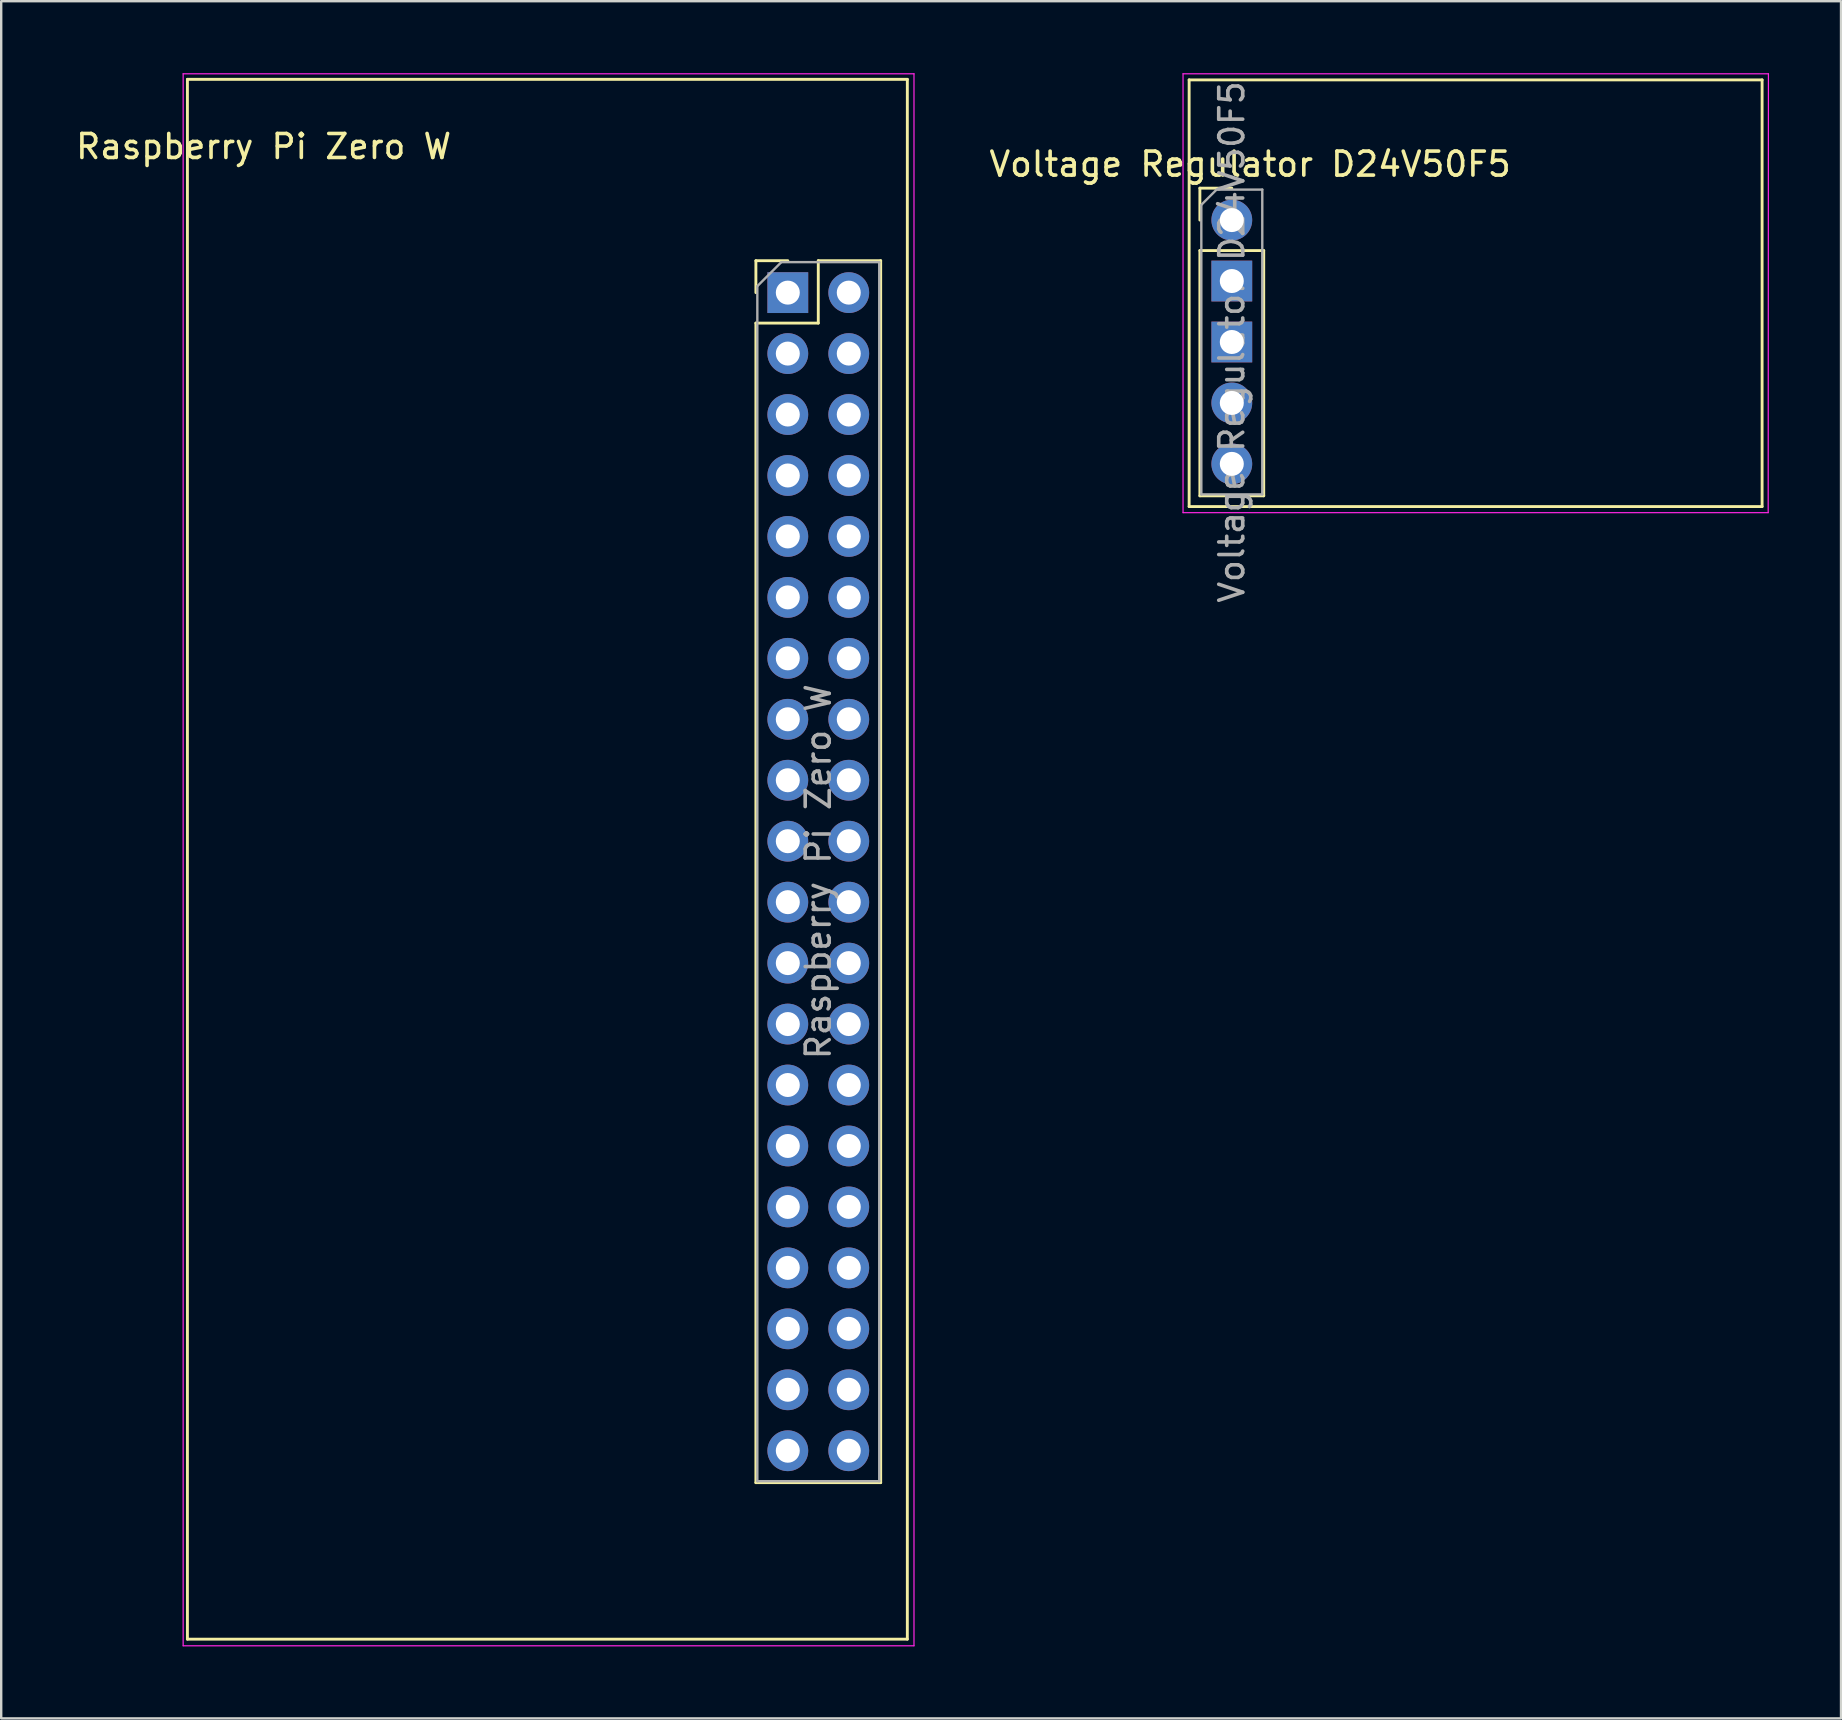
<source format=kicad_pcb>
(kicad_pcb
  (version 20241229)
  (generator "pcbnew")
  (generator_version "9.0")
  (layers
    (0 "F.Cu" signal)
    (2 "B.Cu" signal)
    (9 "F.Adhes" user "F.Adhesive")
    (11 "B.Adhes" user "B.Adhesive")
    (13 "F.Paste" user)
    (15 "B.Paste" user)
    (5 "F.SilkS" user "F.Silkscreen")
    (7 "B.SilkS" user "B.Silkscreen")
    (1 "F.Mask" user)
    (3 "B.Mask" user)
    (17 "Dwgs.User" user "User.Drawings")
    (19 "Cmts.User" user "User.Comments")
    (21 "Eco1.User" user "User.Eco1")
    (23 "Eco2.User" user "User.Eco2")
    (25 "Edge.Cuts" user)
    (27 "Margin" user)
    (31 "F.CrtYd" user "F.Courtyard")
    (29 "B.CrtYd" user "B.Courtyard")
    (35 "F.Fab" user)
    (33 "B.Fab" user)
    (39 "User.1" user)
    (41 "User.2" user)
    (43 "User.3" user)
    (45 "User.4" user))
  (footprint "Raspberry Pi Zero W"
    (layer "F.Cu")
    (at 7.935 3.556)
    (property "Reference" "Raspberry Pi Zero W" (at 0 -0.5 0) (unlocked yes) (layer "F.SilkS") (effects (font (size 1 1) (thickness 0.15))))
    (attr smd)
    (fp_line (start -3.175 -3.3) (end 26.825 -3.3) (stroke (width 0.12) (type solid)) (layer "F.SilkS"))
    (fp_line (start -3.175 61.7) (end -3.175 -3.3) (stroke (width 0.12) (type solid)) (layer "F.SilkS"))
    (fp_line (start -3.175 61.7) (end 26.825 61.7) (stroke (width 0.12) (type solid)) (layer "F.SilkS"))
    (fp_line (start 20.514 4.258) (end 20.514 5.588) (stroke (width 0.12) (type solid)) (layer "F.SilkS"))
    (fp_line (start 20.514 6.858) (end 20.514 55.178) (stroke (width 0.12) (type solid)) (layer "F.SilkS"))
    (fp_line (start 21.844 4.258) (end 20.514 4.258) (stroke (width 0.12) (type solid)) (layer "F.SilkS"))
    (fp_line (start 23.114 4.258) (end 23.114 6.858) (stroke (width 0.12) (type solid)) (layer "F.SilkS"))
    (fp_line (start 23.114 6.858) (end 20.514 6.858) (stroke (width 0.12) (type solid)) (layer "F.SilkS"))
    (fp_line (start 25.714 4.258) (end 23.114 4.258) (stroke (width 0.12) (type solid)) (layer "F.SilkS"))
    (fp_line (start 25.714 4.258) (end 25.714 55.178) (stroke (width 0.12) (type solid)) (layer "F.SilkS"))
    (fp_line (start 25.714 55.178) (end 20.514 55.178) (stroke (width 0.12) (type solid)) (layer "F.SilkS"))
    (fp_line (start 26.825 61.7) (end 26.825 -3.3) (stroke (width 0.12) (type solid)) (layer "F.SilkS"))
    (fp_line (start -3.353 -3.531) (end 27.102 -3.531) (stroke (width 0.05) (type solid)) (layer "F.CrtYd"))
    (fp_line (start -3.353 61.976) (end -3.353 -3.531) (stroke (width 0.05) (type solid)) (layer "F.CrtYd"))
    (fp_line (start 27.102 61.976) (end -3.353 61.976) (stroke (width 0.05) (type solid)) (layer "F.CrtYd"))
    (fp_line (start 27.102 61.976) (end 27.102 -3.531) (stroke (width 0.05) (type solid)) (layer "F.CrtYd"))
    (fp_line (start 20.574 5.318) (end 20.574 55.118) (stroke (width 0.1) (type solid)) (layer "F.Fab"))
    (fp_line (start 20.574 55.118) (end 25.654 55.118) (stroke (width 0.1) (type solid)) (layer "F.Fab"))
    (fp_line (start 21.574 4.318) (end 20.574 5.318) (stroke (width 0.1) (type solid)) (layer "F.Fab"))
    (fp_line (start 25.654 4.318) (end 21.574 4.318) (stroke (width 0.1) (type solid)) (layer "F.Fab"))
    (fp_line (start 25.654 55.118) (end 25.654 4.318) (stroke (width 0.1) (type solid)) (layer "F.Fab"))
    (fp_text user "${REFERENCE}" (at 23.114 29.718 90) (layer "F.Fab") (effects (font (size 1 1) (thickness 0.15))))
    (pad "1" thru_hole rect (at 21.844 5.588) (size 1.7 1.7) (drill 1) (layers "*.Cu" "*.Mask"))
    (pad "2" thru_hole oval (at 24.384 5.588) (size 1.7 1.7) (drill 1) (layers "*.Cu" "*.Mask"))
    (pad "3" thru_hole oval (at 21.844 8.128) (size 1.7 1.7) (drill 1) (layers "*.Cu" "*.Mask"))
    (pad "4" thru_hole oval (at 24.384 8.128) (size 1.7 1.7) (drill 1) (layers "*.Cu" "*.Mask"))
    (pad "5" thru_hole oval (at 21.844 10.668) (size 1.7 1.7) (drill 1) (layers "*.Cu" "*.Mask"))
    (pad "6" thru_hole oval (at 24.384 10.668) (size 1.7 1.7) (drill 1) (layers "*.Cu" "*.Mask"))
    (pad "7" thru_hole oval (at 21.844 13.208) (size 1.7 1.7) (drill 1) (layers "*.Cu" "*.Mask"))
    (pad "8" thru_hole oval (at 24.384 13.208) (size 1.7 1.7) (drill 1) (layers "*.Cu" "*.Mask"))
    (pad "9" thru_hole oval (at 21.844 15.748) (size 1.7 1.7) (drill 1) (layers "*.Cu" "*.Mask"))
    (pad "10" thru_hole oval (at 24.384 15.748) (size 1.7 1.7) (drill 1) (layers "*.Cu" "*.Mask"))
    (pad "11" thru_hole oval (at 21.844 18.288) (size 1.7 1.7) (drill 1) (layers "*.Cu" "*.Mask"))
    (pad "12" thru_hole oval (at 24.384 18.288) (size 1.7 1.7) (drill 1) (layers "*.Cu" "*.Mask"))
    (pad "13" thru_hole oval (at 21.844 20.828) (size 1.7 1.7) (drill 1) (layers "*.Cu" "*.Mask"))
    (pad "14" thru_hole oval (at 24.384 20.828) (size 1.7 1.7) (drill 1) (layers "*.Cu" "*.Mask"))
    (pad "15" thru_hole oval (at 21.844 23.368) (size 1.7 1.7) (drill 1) (layers "*.Cu" "*.Mask"))
    (pad "16" thru_hole oval (at 24.384 23.368) (size 1.7 1.7) (drill 1) (layers "*.Cu" "*.Mask"))
    (pad "17" thru_hole oval (at 21.844 25.908) (size 1.7 1.7) (drill 1) (layers "*.Cu" "*.Mask"))
    (pad "18" thru_hole oval (at 24.384 25.908) (size 1.7 1.7) (drill 1) (layers "*.Cu" "*.Mask"))
    (pad "19" thru_hole oval (at 21.844 28.448) (size 1.7 1.7) (drill 1) (layers "*.Cu" "*.Mask"))
    (pad "20" thru_hole oval (at 24.384 28.448) (size 1.7 1.7) (drill 1) (layers "*.Cu" "*.Mask"))
    (pad "21" thru_hole oval (at 21.844 30.988) (size 1.7 1.7) (drill 1) (layers "*.Cu" "*.Mask"))
    (pad "22" thru_hole oval (at 24.384 30.988) (size 1.7 1.7) (drill 1) (layers "*.Cu" "*.Mask"))
    (pad "23" thru_hole oval (at 21.844 33.528) (size 1.7 1.7) (drill 1) (layers "*.Cu" "*.Mask"))
    (pad "24" thru_hole oval (at 24.384 33.528) (size 1.7 1.7) (drill 1) (layers "*.Cu" "*.Mask"))
    (pad "25" thru_hole oval (at 21.844 36.068) (size 1.7 1.7) (drill 1) (layers "*.Cu" "*.Mask"))
    (pad "26" thru_hole oval (at 24.384 36.068) (size 1.7 1.7) (drill 1) (layers "*.Cu" "*.Mask"))
    (pad "27" thru_hole oval (at 21.844 38.608) (size 1.7 1.7) (drill 1) (layers "*.Cu" "*.Mask"))
    (pad "28" thru_hole oval (at 24.384 38.608) (size 1.7 1.7) (drill 1) (layers "*.Cu" "*.Mask"))
    (pad "29" thru_hole oval (at 21.844 41.148) (size 1.7 1.7) (drill 1) (layers "*.Cu" "*.Mask"))
    (pad "30" thru_hole oval (at 24.384 41.148) (size 1.7 1.7) (drill 1) (layers "*.Cu" "*.Mask"))
    (pad "31" thru_hole oval (at 21.844 43.688) (size 1.7 1.7) (drill 1) (layers "*.Cu" "*.Mask"))
    (pad "32" thru_hole oval (at 24.384 43.688) (size 1.7 1.7) (drill 1) (layers "*.Cu" "*.Mask"))
    (pad "33" thru_hole oval (at 21.844 46.228) (size 1.7 1.7) (drill 1) (layers "*.Cu" "*.Mask"))
    (pad "34" thru_hole oval (at 24.384 46.228) (size 1.7 1.7) (drill 1) (layers "*.Cu" "*.Mask"))
    (pad "35" thru_hole oval (at 21.844 48.768) (size 1.7 1.7) (drill 1) (layers "*.Cu" "*.Mask"))
    (pad "36" thru_hole oval (at 24.384 48.768) (size 1.7 1.7) (drill 1) (layers "*.Cu" "*.Mask"))
    (pad "37" thru_hole oval (at 21.844 51.308) (size 1.7 1.7) (drill 1) (layers "*.Cu" "*.Mask"))
    (pad "38" thru_hole oval (at 24.384 51.308) (size 1.7 1.7) (drill 1) (layers "*.Cu" "*.Mask"))
    (pad "39" thru_hole oval (at 21.844 53.848) (size 1.7 1.7) (drill 1) (layers "*.Cu" "*.Mask"))
    (pad "40" thru_hole oval (at 24.384 53.848) (size 1.7 1.7) (drill 1) (layers "*.Cu" "*.Mask")))
  (footprint "Voltage Regulator D24V50F5"
    (layer "F.Cu")
    (at 48.281 6.121)
    (property "Reference" "Voltage Regulator D24V50F5" (at 0.762 -2.33 0) (layer "F.SilkS") (effects (font (size 1 1) (thickness 0.15))))
    (attr through_hole)
    (fp_line (start -1.778 -5.842) (end 22.098 -5.842) (stroke (width 0.12) (type solid)) (layer "F.SilkS"))
    (fp_line (start -1.778 11.938) (end -1.778 -5.842) (stroke (width 0.12) (type solid)) (layer "F.SilkS"))
    (fp_line (start -1.778 11.938) (end 22.098 11.938) (stroke (width 0.12) (type solid)) (layer "F.SilkS"))
    (fp_line (start -1.33 -1.33) (end 0 -1.33) (stroke (width 0.12) (type solid)) (layer "F.SilkS"))
    (fp_line (start -1.33 0) (end -1.33 -1.33) (stroke (width 0.12) (type solid)) (layer "F.SilkS"))
    (fp_line (start -1.33 1.27) (end -1.33 11.49) (stroke (width 0.12) (type solid)) (layer "F.SilkS"))
    (fp_line (start -1.33 1.27) (end 1.33 1.27) (stroke (width 0.12) (type solid)) (layer "F.SilkS"))
    (fp_line (start -1.33 11.49) (end 1.33 11.49) (stroke (width 0.12) (type solid)) (layer "F.SilkS"))
    (fp_line (start 1.33 1.27) (end 1.33 11.49) (stroke (width 0.12) (type solid)) (layer "F.SilkS"))
    (fp_line (start 22.098 11.938) (end 22.098 -5.842) (stroke (width 0.12) (type solid)) (layer "F.SilkS"))
    (fp_line (start -2.032 -6.096) (end -2.032 12.192) (stroke (width 0.05) (type solid)) (layer "F.CrtYd"))
    (fp_line (start -2.032 12.192) (end 22.352 12.192) (stroke (width 0.05) (type solid)) (layer "F.CrtYd"))
    (fp_line (start 22.352 12.192) (end 22.362 -6.096) (stroke (width 0.05) (type solid)) (layer "F.CrtYd"))
    (fp_line (start 22.362 -6.096) (end -2.032 -6.096) (stroke (width 0.05) (type solid)) (layer "F.CrtYd"))
    (fp_line (start -1.27 -0.635) (end -0.635 -1.27) (stroke (width 0.1) (type solid)) (layer "F.Fab"))
    (fp_line (start -1.27 11.43) (end -1.27 -0.635) (stroke (width 0.1) (type solid)) (layer "F.Fab"))
    (fp_line (start -0.635 -1.27) (end 1.27 -1.27) (stroke (width 0.1) (type solid)) (layer "F.Fab"))
    (fp_line (start 1.27 -1.27) (end 1.27 11.43) (stroke (width 0.1) (type solid)) (layer "F.Fab"))
    (fp_line (start 1.27 11.43) (end -1.27 11.43) (stroke (width 0.1) (type solid)) (layer "F.Fab"))
    (fp_text user "${REFERENCE}" (at 0 5.08 90) (layer "F.Fab") (effects (font (size 1 1) (thickness 0.15))))
    (pad "1" thru_hole circle (at 0 0) (size 1.7 1.7) (drill 1) (layers "*.Cu" "*.Mask"))
    (pad "2" thru_hole rect (at 0 2.54) (size 1.7 1.7) (drill 1) (layers "*.Cu" "*.Mask"))
    (pad "3" thru_hole rect (at 0 5.08) (size 1.7 1.7) (drill 1) (layers "*.Cu" "*.Mask"))
    (pad "4" thru_hole oval (at 0 7.62) (size 1.7 1.7) (drill 1) (layers "*.Cu" "*.Mask"))
    (pad "5" thru_hole oval (at 0 10.16) (size 1.7 1.7) (drill 1) (layers "*.Cu" "*.Mask")))
  (gr_rect
    (start -3 -3)
    (end 73.668 68.557)
    (stroke (width 0.1) (type default))
    (fill no)
    (layer "Edge.Cuts")))
</source>
